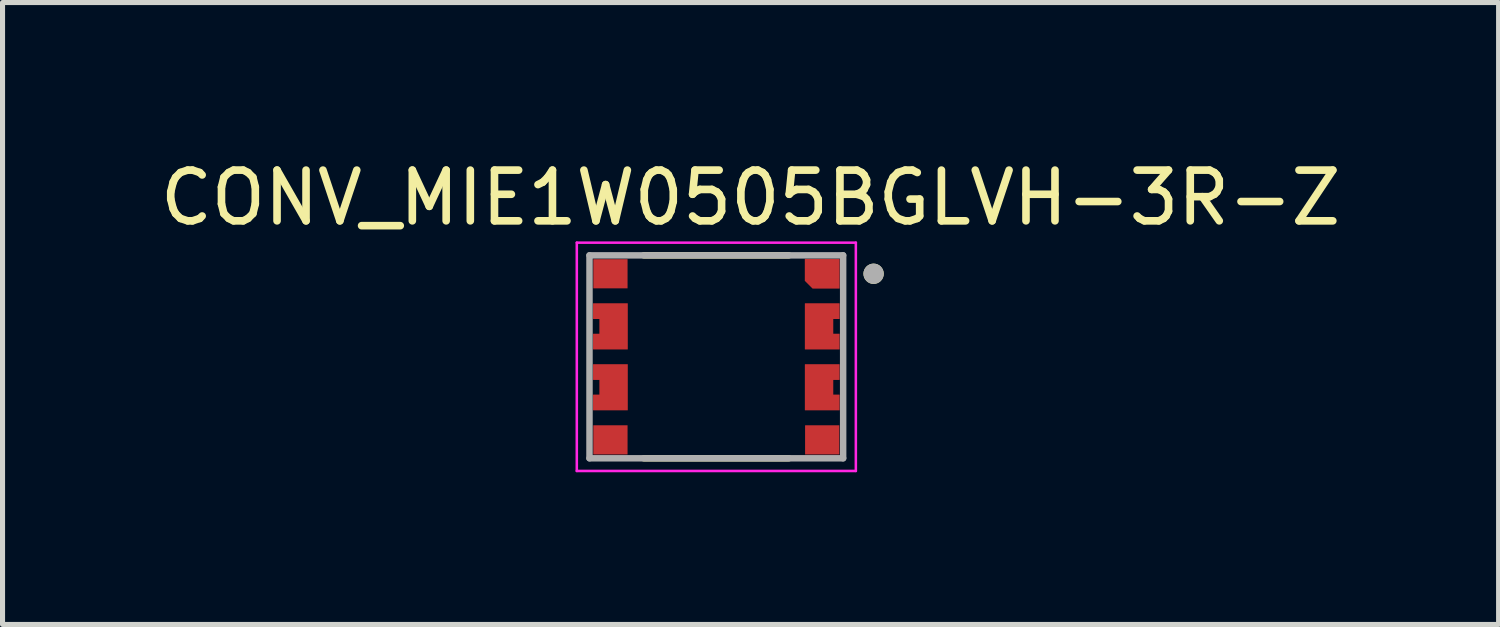
<source format=kicad_pcb>
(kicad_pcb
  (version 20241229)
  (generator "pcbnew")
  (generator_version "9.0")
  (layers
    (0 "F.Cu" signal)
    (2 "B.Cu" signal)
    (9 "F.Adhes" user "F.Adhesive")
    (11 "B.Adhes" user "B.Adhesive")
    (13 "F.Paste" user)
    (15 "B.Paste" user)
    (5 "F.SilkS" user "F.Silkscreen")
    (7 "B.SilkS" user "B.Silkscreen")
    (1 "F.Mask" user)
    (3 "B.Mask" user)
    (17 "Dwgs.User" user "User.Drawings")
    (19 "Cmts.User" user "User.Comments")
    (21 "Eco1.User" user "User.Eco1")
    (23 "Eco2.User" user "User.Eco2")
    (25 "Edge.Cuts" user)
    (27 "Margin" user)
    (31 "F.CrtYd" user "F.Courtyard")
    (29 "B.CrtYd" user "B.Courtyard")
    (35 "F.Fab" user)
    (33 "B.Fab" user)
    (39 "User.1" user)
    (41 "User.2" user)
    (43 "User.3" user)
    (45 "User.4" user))
  (footprint "CONV_MIE1W0505BGLVH-3R-Z"
    (layer "F.Cu")
    (at 11.069 3.983)
    (property "Reference" "CONV_MIE1W0505BGLVH-3R-Z" (at 0.675 -3.135 0) (layer "F.SilkS") (effects (font (size 1 1) (thickness 0.15))))
    (attr smd)
    (fp_poly (pts (xy 1.859 -1.25) (xy 1.65 -1.459) (xy 1.65 -2.025) (xy 2.525 -2.025) (xy 2.525 -1.25)) (stroke (width 0.01) (type solid)) (fill yes) (layer "F.Mask"))
    (fp_poly (pts (xy -2.525 0.65) (xy -2.525 1.15) (xy -1.65 1.15) (xy -1.65 0.05) (xy -2.525 0.05) (xy -2.525 0.55) (xy -2.4 0.55) (xy -2.4 0.65)) (stroke (width 0.01) (type solid)) (fill yes) (layer "F.Mask"))
    (fp_poly (pts (xy -1.65 -0.05) (xy -2.525 -0.05) (xy -2.525 -0.55) (xy -2.4 -0.55) (xy -2.4 -0.65) (xy -2.525 -0.65) (xy -2.525 -1.15) (xy -1.65 -1.15)) (stroke (width 0.01) (type solid)) (fill yes) (layer "F.Mask"))
    (fp_poly (pts (xy 1.65 -1.15) (xy 1.65 -0.05) (xy 2.525 -0.05) (xy 2.525 -0.55) (xy 2.4 -0.55) (xy 2.4 -0.65) (xy 2.525 -0.65) (xy 2.525 -1.15)) (stroke (width 0.01) (type solid)) (fill yes) (layer "F.Mask"))
    (fp_poly (pts (xy 2.525 1.15) (xy 1.65 1.15) (xy 1.65 0.05) (xy 2.525 0.05) (xy 2.525 0.55) (xy 2.4 0.55) (xy 2.4 0.65) (xy 2.525 0.65)) (stroke (width 0.01) (type solid)) (fill yes) (layer "F.Mask"))
    (fp_line (start -1.43 -2) (end 1.43 -2) (stroke (width 0.127) (type solid)) (layer "F.SilkS"))
    (fp_line (start 1.43 2) (end -1.43 2) (stroke (width 0.127) (type solid)) (layer "F.SilkS"))
    (fp_circle (center 3.1 -1.637) (end 3.2 -1.637) (stroke (width 0.2) (type solid)) (fill no) (layer "F.SilkS"))
    (fp_poly (pts (xy 1.9 -1.35) (xy 1.75 -1.5) (xy 1.75 -1.925) (xy 2.425 -1.925) (xy 2.425 -1.35)) (stroke (width 0.01) (type solid)) (fill yes) (layer "F.Paste"))
    (fp_poly (pts (xy -2.425 -0.45) (xy -2.425 -0.15) (xy -1.75 -0.15) (xy -1.75 -1.05) (xy -2.425 -1.05) (xy -2.425 -0.75) (xy -2.3 -0.75) (xy -2.3 -0.45)) (stroke (width 0.01) (type solid)) (fill yes) (layer "F.Paste"))
    (fp_poly (pts (xy -2.425 0.75) (xy -2.425 1.05) (xy -1.75 1.05) (xy -1.75 0.15) (xy -2.425 0.15) (xy -2.425 0.45) (xy -2.3 0.45) (xy -2.3 0.75)) (stroke (width 0.01) (type solid)) (fill yes) (layer "F.Paste"))
    (fp_poly (pts (xy 2.425 -0.15) (xy 1.75 -0.15) (xy 1.75 -1.05) (xy 2.425 -1.05) (xy 2.425 -0.75) (xy 2.3 -0.75) (xy 2.3 -0.45) (xy 2.425 -0.45)) (stroke (width 0.01) (type solid)) (fill yes) (layer "F.Paste"))
    (fp_poly (pts (xy 2.425 1.05) (xy 1.75 1.05) (xy 1.75 0.15) (xy 2.425 0.15) (xy 2.425 0.45) (xy 2.3 0.45) (xy 2.3 0.75) (xy 2.425 0.75)) (stroke (width 0.01) (type solid)) (fill yes) (layer "F.Paste"))
    (fp_line (start -2.75 -2.25) (end 2.75 -2.25) (stroke (width 0.05) (type solid)) (layer "F.CrtYd"))
    (fp_line (start -2.75 2.25) (end -2.75 -2.25) (stroke (width 0.05) (type solid)) (layer "F.CrtYd"))
    (fp_line (start 2.75 -2.25) (end 2.75 2.25) (stroke (width 0.05) (type solid)) (layer "F.CrtYd"))
    (fp_line (start 2.75 2.25) (end -2.75 2.25) (stroke (width 0.05) (type solid)) (layer "F.CrtYd"))
    (fp_line (start -2.5 -2) (end 2.5 -2) (stroke (width 0.127) (type solid)) (layer "F.Fab"))
    (fp_line (start -2.5 2) (end -2.5 -2) (stroke (width 0.127) (type solid)) (layer "F.Fab"))
    (fp_line (start 2.5 -2) (end 2.5 2) (stroke (width 0.127) (type solid)) (layer "F.Fab"))
    (fp_line (start 2.5 2) (end -2.5 2) (stroke (width 0.127) (type solid)) (layer "F.Fab"))
    (fp_circle (center 3.1 -1.637) (end 3.2 -1.637) (stroke (width 0.2) (type solid)) (fill no) (layer "F.Fab"))
    (pad "1" smd custom (at 2.087 -1.637) (size 0.3 0.3) (layers "F.Cu") (options (anchor rect)) (primitives (gr_poly (pts (xy -0.188 0.287) (xy -0.338 0.138) (xy -0.338 -0.287) (xy 0.338 -0.287) (xy 0.338 0.287)) (width 0.01) (fill yes))))
    (pad "2" smd rect (at -2.087 -1.637) (size 0.675 0.575) (layers "F.Cu" "F.Mask" "F.Paste"))
    (pad "3_4" smd custom (at -2.125 -0.6) (size 0.3 0.3) (layers "F.Cu") (options (anchor rect)) (primitives (gr_poly (pts (xy -0.3 0.15) (xy -0.3 0.45) (xy 0.375 0.45) (xy 0.375 -0.45) (xy -0.3 -0.45) (xy -0.3 -0.15) (xy -0.175 -0.15) (xy -0.175 0.15)) (width 0.01) (fill yes))))
    (pad "5_6" smd custom (at -2.125 0.6) (size 0.3 0.3) (layers "F.Cu") (options (anchor rect)) (primitives (gr_poly (pts (xy -0.3 0.15) (xy -0.3 0.45) (xy 0.375 0.45) (xy 0.375 -0.45) (xy -0.3 -0.45) (xy -0.3 -0.15) (xy -0.175 -0.15) (xy -0.175 0.15)) (width 0.01) (fill yes))))
    (pad "7" smd rect (at -2.087 1.637) (size 0.675 0.575) (layers "F.Cu" "F.Mask" "F.Paste"))
    (pad "8" smd rect (at 2.087 1.637) (size 0.675 0.575) (layers "F.Cu" "F.Mask" "F.Paste"))
    (pad "9_10" smd custom (at 2.125 0.6) (size 0.3 0.3) (layers "F.Cu") (options (anchor rect)) (primitives (gr_poly (pts (xy 0.3 0.45) (xy -0.375 0.45) (xy -0.375 -0.45) (xy 0.3 -0.45) (xy 0.3 -0.15) (xy 0.175 -0.15) (xy 0.175 0.15) (xy 0.3 0.15)) (width 0.01) (fill yes))))
    (pad "11_12" smd custom (at 2.125 -0.6) (size 0.3 0.3) (layers "F.Cu") (options (anchor rect)) (primitives (gr_poly (pts (xy 0.3 0.45) (xy -0.375 0.45) (xy -0.375 -0.45) (xy 0.3 -0.45) (xy 0.3 -0.15) (xy 0.175 -0.15) (xy 0.175 0.15) (xy 0.3 0.15)) (width 0.01) (fill yes)))))
  (gr_rect
    (start -3 -3)
    (end 26.488 9.258)
    (stroke (width 0.1) (type default))
    (fill no)
    (layer "Edge.Cuts")))
</source>
